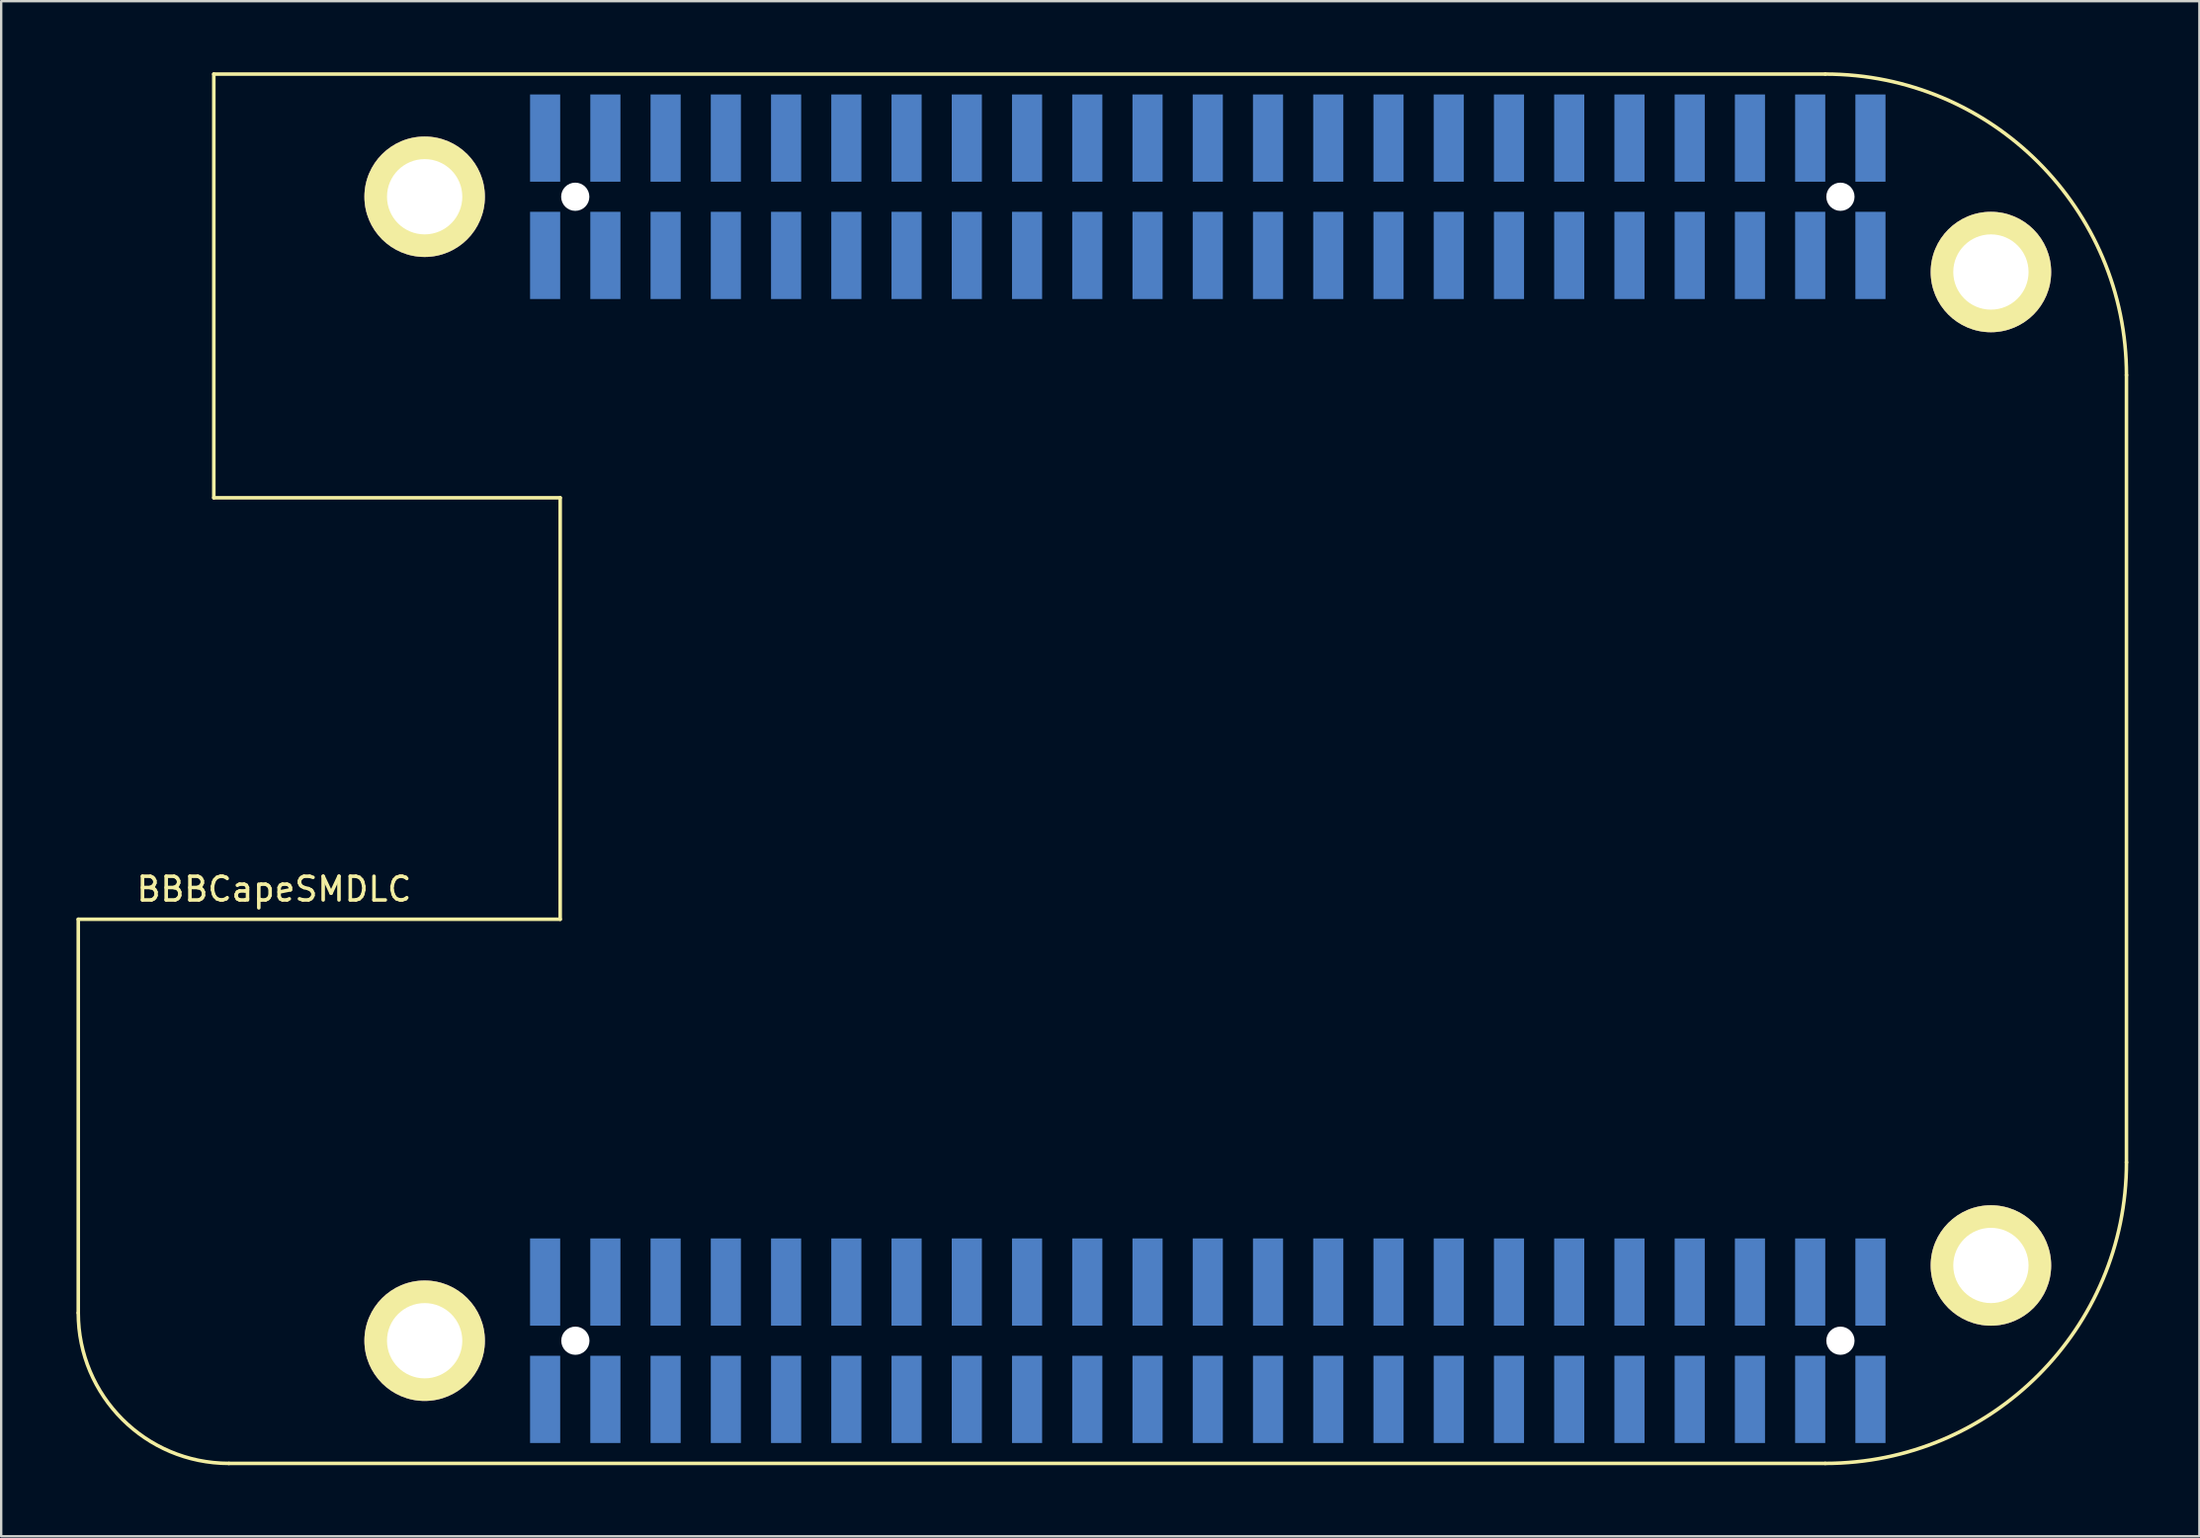
<source format=kicad_pcb>
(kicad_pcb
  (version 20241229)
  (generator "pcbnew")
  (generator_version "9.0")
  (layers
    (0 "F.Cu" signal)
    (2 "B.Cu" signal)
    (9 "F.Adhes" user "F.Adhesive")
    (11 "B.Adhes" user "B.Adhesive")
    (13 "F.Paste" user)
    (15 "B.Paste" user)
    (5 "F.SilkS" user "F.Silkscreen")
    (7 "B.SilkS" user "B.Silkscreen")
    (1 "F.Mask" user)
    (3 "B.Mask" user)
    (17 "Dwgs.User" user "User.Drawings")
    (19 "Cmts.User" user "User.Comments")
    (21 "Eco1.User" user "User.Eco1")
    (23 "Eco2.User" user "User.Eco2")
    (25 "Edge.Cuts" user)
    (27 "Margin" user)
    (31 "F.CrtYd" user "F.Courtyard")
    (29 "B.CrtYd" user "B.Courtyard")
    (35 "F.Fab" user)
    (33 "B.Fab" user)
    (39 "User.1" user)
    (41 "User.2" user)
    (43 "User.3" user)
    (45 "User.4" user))
  (footprint "BBBCapeSMDLC"
    (layer "F.Cu")
    (at 0.25 56.685)
    (property "Reference" "BBBCapeSMDLC" (at 8.255 -22.225 0) (layer "F.SilkS") (effects (font (size 1 1) (thickness 0.15))))
    (attr through_hole)
    (fp_line (start 0 -20.955) (end 20.32 -20.955) (stroke (width 0.15) (type solid)) (layer "F.SilkS"))
    (fp_line (start 0 -4.35) (end 0 -20.955) (stroke (width 0.15) (type solid)) (layer "F.SilkS"))
    (fp_line (start 5.715 -56.61) (end 73.66 -56.61) (stroke (width 0.15) (type solid)) (layer "F.SilkS"))
    (fp_line (start 5.715 -38.735) (end 5.715 -56.61) (stroke (width 0.15) (type solid)) (layer "F.SilkS"))
    (fp_line (start 6.35 2) (end 73.66 2) (stroke (width 0.15) (type solid)) (layer "F.SilkS"))
    (fp_line (start 20.32 -38.735) (end 5.715 -38.735) (stroke (width 0.15) (type solid)) (layer "F.SilkS"))
    (fp_line (start 20.32 -20.955) (end 20.32 -38.735) (stroke (width 0.15) (type solid)) (layer "F.SilkS"))
    (fp_line (start 86.36 -43.91) (end 86.36 -10.7) (stroke (width 0.15) (type solid)) (layer "F.SilkS"))
    (fp_arc (start 6.35 2) (mid 1.859872 0.140128) (end 0 -4.35) (stroke (width 0.15) (type solid)) (layer "F.SilkS"))
    (fp_arc (start 73.66 -56.61) (mid 82.640256 -52.890256) (end 86.36 -43.91) (stroke (width 0.15) (type solid)) (layer "F.SilkS"))
    (fp_arc (start 86.36 -10.7) (mid 82.640256 -1.719744) (end 73.66 2) (stroke (width 0.15) (type solid)) (layer "F.SilkS"))
    (pad "" thru_hole circle (at 14.605 -51.435) (size 5.08 5.08) (drill 3.175) (layers "*.Cu" "*.Mask" "F.SilkS"))
    (pad "" thru_hole circle (at 14.605 -3.175) (size 5.08 5.08) (drill 3.175) (layers "*.Cu" "*.Mask" "F.SilkS"))
    (pad "" np_thru_hole circle (at 20.955 -51.435) (size 1.19 1.19) (drill 1.19) (layers "*.Cu" "*.Mask"))
    (pad "" np_thru_hole circle (at 20.96 -3.175) (size 1.19 1.19) (drill 1.19) (layers "*.Cu" "*.Mask"))
    (pad "" np_thru_hole circle (at 74.3 -51.435) (size 1.19 1.19) (drill 1.19) (layers "*.Cu" "*.Mask"))
    (pad "" np_thru_hole circle (at 74.3 -3.175) (size 1.19 1.19) (drill 1.19) (layers "*.Cu" "*.Mask"))
    (pad "" thru_hole circle (at 80.645 -48.26) (size 5.08 5.08) (drill 3.175) (layers "*.Cu" "*.Mask" "F.SilkS"))
    (pad "" thru_hole circle (at 80.645 -6.35) (size 5.08 5.08) (drill 3.175) (layers "*.Cu" "*.Mask" "F.SilkS"))
    (pad "A1" smd rect (at 19.685 -48.96) (size 1.27 3.68) (layers "B.Cu" "B.Mask" "B.Paste"))
    (pad "A2" smd rect (at 19.685 -53.91) (size 1.27 3.68) (layers "B.Cu" "B.Mask" "B.Paste"))
    (pad "A3" smd rect (at 22.225 -48.96) (size 1.27 3.68) (layers "B.Cu" "B.Mask" "B.Paste"))
    (pad "A4" smd rect (at 22.225 -53.91) (size 1.27 3.68) (layers "B.Cu" "B.Mask" "B.Paste"))
    (pad "A5" smd rect (at 24.765 -48.96) (size 1.27 3.68) (layers "B.Cu" "B.Mask" "B.Paste"))
    (pad "A6" smd rect (at 24.765 -53.91) (size 1.27 3.68) (layers "B.Cu" "B.Mask" "B.Paste"))
    (pad "A7" smd rect (at 27.305 -48.96) (size 1.27 3.68) (layers "B.Cu" "B.Mask" "B.Paste"))
    (pad "A8" smd rect (at 27.305 -53.91) (size 1.27 3.68) (layers "B.Cu" "B.Mask" "B.Paste"))
    (pad "A9" smd rect (at 29.845 -48.96) (size 1.27 3.68) (layers "B.Cu" "B.Mask" "B.Paste"))
    (pad "A10" smd rect (at 29.845 -53.91) (size 1.27 3.68) (layers "B.Cu" "B.Mask" "B.Paste"))
    (pad "A11" smd rect (at 32.385 -48.96) (size 1.27 3.68) (layers "B.Cu" "B.Mask" "B.Paste"))
    (pad "A12" smd rect (at 32.385 -53.91) (size 1.27 3.68) (layers "B.Cu" "B.Mask" "B.Paste"))
    (pad "A13" smd rect (at 34.925 -48.96) (size 1.27 3.68) (layers "B.Cu" "B.Mask" "B.Paste"))
    (pad "A14" smd rect (at 34.925 -53.91) (size 1.27 3.68) (layers "B.Cu" "B.Mask" "B.Paste"))
    (pad "A15" smd rect (at 37.465 -48.96) (size 1.27 3.68) (layers "B.Cu" "B.Mask" "B.Paste"))
    (pad "A16" smd rect (at 37.465 -53.91) (size 1.27 3.68) (layers "B.Cu" "B.Mask" "B.Paste"))
    (pad "A17" smd rect (at 40.005 -48.96) (size 1.27 3.68) (layers "B.Cu" "B.Mask" "B.Paste"))
    (pad "A18" smd rect (at 40.005 -53.91) (size 1.27 3.68) (layers "B.Cu" "B.Mask" "B.Paste"))
    (pad "A19" smd rect (at 42.545 -48.96) (size 1.27 3.68) (layers "B.Cu" "B.Mask" "B.Paste"))
    (pad "A20" smd rect (at 42.545 -53.91) (size 1.27 3.68) (layers "B.Cu" "B.Mask" "B.Paste"))
    (pad "A21" smd rect (at 45.085 -48.96) (size 1.27 3.68) (layers "B.Cu" "B.Mask" "B.Paste"))
    (pad "A22" smd rect (at 45.085 -53.91) (size 1.27 3.68) (layers "B.Cu" "B.Mask" "B.Paste"))
    (pad "A23" smd rect (at 47.625 -48.96) (size 1.27 3.68) (layers "B.Cu" "B.Mask" "B.Paste"))
    (pad "A24" smd rect (at 47.625 -53.91) (size 1.27 3.68) (layers "B.Cu" "B.Mask" "B.Paste"))
    (pad "A25" smd rect (at 50.165 -48.96) (size 1.27 3.68) (layers "B.Cu" "B.Mask" "B.Paste"))
    (pad "A26" smd rect (at 50.165 -53.91) (size 1.27 3.68) (layers "B.Cu" "B.Mask" "B.Paste"))
    (pad "A27" smd rect (at 52.705 -48.96) (size 1.27 3.68) (layers "B.Cu" "B.Mask" "B.Paste"))
    (pad "A28" smd rect (at 52.705 -53.91) (size 1.27 3.68) (layers "B.Cu" "B.Mask" "B.Paste"))
    (pad "A29" smd rect (at 55.245 -48.96) (size 1.27 3.68) (layers "B.Cu" "B.Mask" "B.Paste"))
    (pad "A30" smd rect (at 55.245 -53.91) (size 1.27 3.68) (layers "B.Cu" "B.Mask" "B.Paste"))
    (pad "A31" smd rect (at 57.785 -48.96) (size 1.27 3.68) (layers "B.Cu" "B.Mask" "B.Paste"))
    (pad "A32" smd rect (at 57.785 -53.91) (size 1.27 3.68) (layers "B.Cu" "B.Mask" "B.Paste"))
    (pad "A33" smd rect (at 60.325 -48.96) (size 1.27 3.68) (layers "B.Cu" "B.Mask" "B.Paste"))
    (pad "A34" smd rect (at 60.325 -53.91) (size 1.27 3.68) (layers "B.Cu" "B.Mask" "B.Paste"))
    (pad "A35" smd rect (at 62.865 -48.96) (size 1.27 3.68) (layers "B.Cu" "B.Mask" "B.Paste"))
    (pad "A36" smd rect (at 62.865 -53.91) (size 1.27 3.68) (layers "B.Cu" "B.Mask" "B.Paste"))
    (pad "A37" smd rect (at 65.405 -48.96) (size 1.27 3.68) (layers "B.Cu" "B.Mask" "B.Paste"))
    (pad "A38" smd rect (at 65.405 -53.91) (size 1.27 3.68) (layers "B.Cu" "B.Mask" "B.Paste"))
    (pad "A39" smd rect (at 67.945 -48.96) (size 1.27 3.68) (layers "B.Cu" "B.Mask" "B.Paste"))
    (pad "A40" smd rect (at 67.945 -53.91) (size 1.27 3.68) (layers "B.Cu" "B.Mask" "B.Paste"))
    (pad "A41" smd rect (at 70.485 -48.96) (size 1.27 3.68) (layers "B.Cu" "B.Mask" "B.Paste"))
    (pad "A42" smd rect (at 70.485 -53.91) (size 1.27 3.68) (layers "B.Cu" "B.Mask" "B.Paste"))
    (pad "A43" smd rect (at 73.025 -48.96) (size 1.27 3.68) (layers "B.Cu" "B.Mask" "B.Paste"))
    (pad "A44" smd rect (at 73.025 -53.91) (size 1.27 3.68) (layers "B.Cu" "B.Mask" "B.Paste"))
    (pad "A45" smd rect (at 75.565 -48.96) (size 1.27 3.68) (layers "B.Cu" "B.Mask" "B.Paste"))
    (pad "A46" smd rect (at 75.565 -53.91) (size 1.27 3.68) (layers "B.Cu" "B.Mask" "B.Paste"))
    (pad "B1" smd rect (at 19.685 -0.7) (size 1.27 3.68) (layers "B.Cu" "B.Mask" "B.Paste"))
    (pad "B2" smd rect (at 19.685 -5.65) (size 1.27 3.68) (layers "B.Cu" "B.Mask" "B.Paste"))
    (pad "B3" smd rect (at 22.225 -0.7) (size 1.27 3.68) (layers "B.Cu" "B.Mask" "B.Paste"))
    (pad "B4" smd rect (at 22.225 -5.65) (size 1.27 3.68) (layers "B.Cu" "B.Mask" "B.Paste"))
    (pad "B5" smd rect (at 24.765 -0.7) (size 1.27 3.68) (layers "B.Cu" "B.Mask" "B.Paste"))
    (pad "B6" smd rect (at 24.765 -5.65) (size 1.27 3.68) (layers "B.Cu" "B.Mask" "B.Paste"))
    (pad "B7" smd rect (at 27.305 -0.7) (size 1.27 3.68) (layers "B.Cu" "B.Mask" "B.Paste"))
    (pad "B8" smd rect (at 27.305 -5.65) (size 1.27 3.68) (layers "B.Cu" "B.Mask" "B.Paste"))
    (pad "B9" smd rect (at 29.845 -0.7) (size 1.27 3.68) (layers "B.Cu" "B.Mask" "B.Paste"))
    (pad "B10" smd rect (at 29.845 -5.65) (size 1.27 3.68) (layers "B.Cu" "B.Mask" "B.Paste"))
    (pad "B11" smd rect (at 32.385 -0.7) (size 1.27 3.68) (layers "B.Cu" "B.Mask" "B.Paste"))
    (pad "B12" smd rect (at 32.385 -5.65) (size 1.27 3.68) (layers "B.Cu" "B.Mask" "B.Paste"))
    (pad "B13" smd rect (at 34.925 -0.7) (size 1.27 3.68) (layers "B.Cu" "B.Mask" "B.Paste"))
    (pad "B14" smd rect (at 34.925 -5.65) (size 1.27 3.68) (layers "B.Cu" "B.Mask" "B.Paste"))
    (pad "B15" smd rect (at 37.465 -0.7) (size 1.27 3.68) (layers "B.Cu" "B.Mask" "B.Paste"))
    (pad "B16" smd rect (at 37.465 -5.65) (size 1.27 3.68) (layers "B.Cu" "B.Mask" "B.Paste"))
    (pad "B17" smd rect (at 40.005 -0.7) (size 1.27 3.68) (layers "B.Cu" "B.Mask" "B.Paste"))
    (pad "B18" smd rect (at 40.005 -5.65) (size 1.27 3.68) (layers "B.Cu" "B.Mask" "B.Paste"))
    (pad "B19" smd rect (at 42.545 -0.7) (size 1.27 3.68) (layers "B.Cu" "B.Mask" "B.Paste"))
    (pad "B20" smd rect (at 42.545 -5.65) (size 1.27 3.68) (layers "B.Cu" "B.Mask" "B.Paste"))
    (pad "B21" smd rect (at 45.085 -0.7) (size 1.27 3.68) (layers "B.Cu" "B.Mask" "B.Paste"))
    (pad "B22" smd rect (at 45.085 -5.65) (size 1.27 3.68) (layers "B.Cu" "B.Mask" "B.Paste"))
    (pad "B23" smd rect (at 47.625 -0.7) (size 1.27 3.68) (layers "B.Cu" "B.Mask" "B.Paste"))
    (pad "B24" smd rect (at 47.625 -5.65) (size 1.27 3.68) (layers "B.Cu" "B.Mask" "B.Paste"))
    (pad "B25" smd rect (at 50.165 -0.7) (size 1.27 3.68) (layers "B.Cu" "B.Mask" "B.Paste"))
    (pad "B26" smd rect (at 50.165 -5.65) (size 1.27 3.68) (layers "B.Cu" "B.Mask" "B.Paste"))
    (pad "B27" smd rect (at 52.705 -0.7) (size 1.27 3.68) (layers "B.Cu" "B.Mask" "B.Paste"))
    (pad "B28" smd rect (at 52.705 -5.65) (size 1.27 3.68) (layers "B.Cu" "B.Mask" "B.Paste"))
    (pad "B29" smd rect (at 55.245 -0.7) (size 1.27 3.68) (layers "B.Cu" "B.Mask" "B.Paste"))
    (pad "B30" smd rect (at 55.245 -5.65) (size 1.27 3.68) (layers "B.Cu" "B.Mask" "B.Paste"))
    (pad "B31" smd rect (at 57.785 -0.7) (size 1.27 3.68) (layers "B.Cu" "B.Mask" "B.Paste"))
    (pad "B32" smd rect (at 57.785 -5.65) (size 1.27 3.68) (layers "B.Cu" "B.Mask" "B.Paste"))
    (pad "B33" smd rect (at 60.325 -0.7) (size 1.27 3.68) (layers "B.Cu" "B.Mask" "B.Paste"))
    (pad "B34" smd rect (at 60.325 -5.65) (size 1.27 3.68) (layers "B.Cu" "B.Mask" "B.Paste"))
    (pad "B35" smd rect (at 62.865 -0.7) (size 1.27 3.68) (layers "B.Cu" "B.Mask" "B.Paste"))
    (pad "B36" smd rect (at 62.865 -5.65) (size 1.27 3.68) (layers "B.Cu" "B.Mask" "B.Paste"))
    (pad "B37" smd rect (at 65.405 -0.7) (size 1.27 3.68) (layers "B.Cu" "B.Mask" "B.Paste"))
    (pad "B38" smd rect (at 65.405 -5.65) (size 1.27 3.68) (layers "B.Cu" "B.Mask" "B.Paste"))
    (pad "B39" smd rect (at 67.945 -0.7) (size 1.27 3.68) (layers "B.Cu" "B.Mask" "B.Paste"))
    (pad "B40" smd rect (at 67.945 -5.65) (size 1.27 3.68) (layers "B.Cu" "B.Mask" "B.Paste"))
    (pad "B41" smd rect (at 70.485 -0.7) (size 1.27 3.68) (layers "B.Cu" "B.Mask" "B.Paste"))
    (pad "B42" smd rect (at 70.485 -5.65) (size 1.27 3.68) (layers "B.Cu" "B.Mask" "B.Paste"))
    (pad "B43" smd rect (at 73.025 -0.7) (size 1.27 3.68) (layers "B.Cu" "B.Mask" "B.Paste"))
    (pad "B44" smd rect (at 73.025 -5.65) (size 1.27 3.68) (layers "B.Cu" "B.Mask" "B.Paste"))
    (pad "B45" smd rect (at 75.565 -0.7) (size 1.27 3.68) (layers "B.Cu" "B.Mask" "B.Paste"))
    (pad "B46" smd rect (at 75.565 -5.65) (size 1.27 3.68) (layers "B.Cu" "B.Mask" "B.Paste")))
  (gr_rect
    (start -3 -3)
    (end 89.685 61.76)
    (stroke (width 0.1) (type default))
    (fill no)
    (layer "Edge.Cuts")))
</source>
